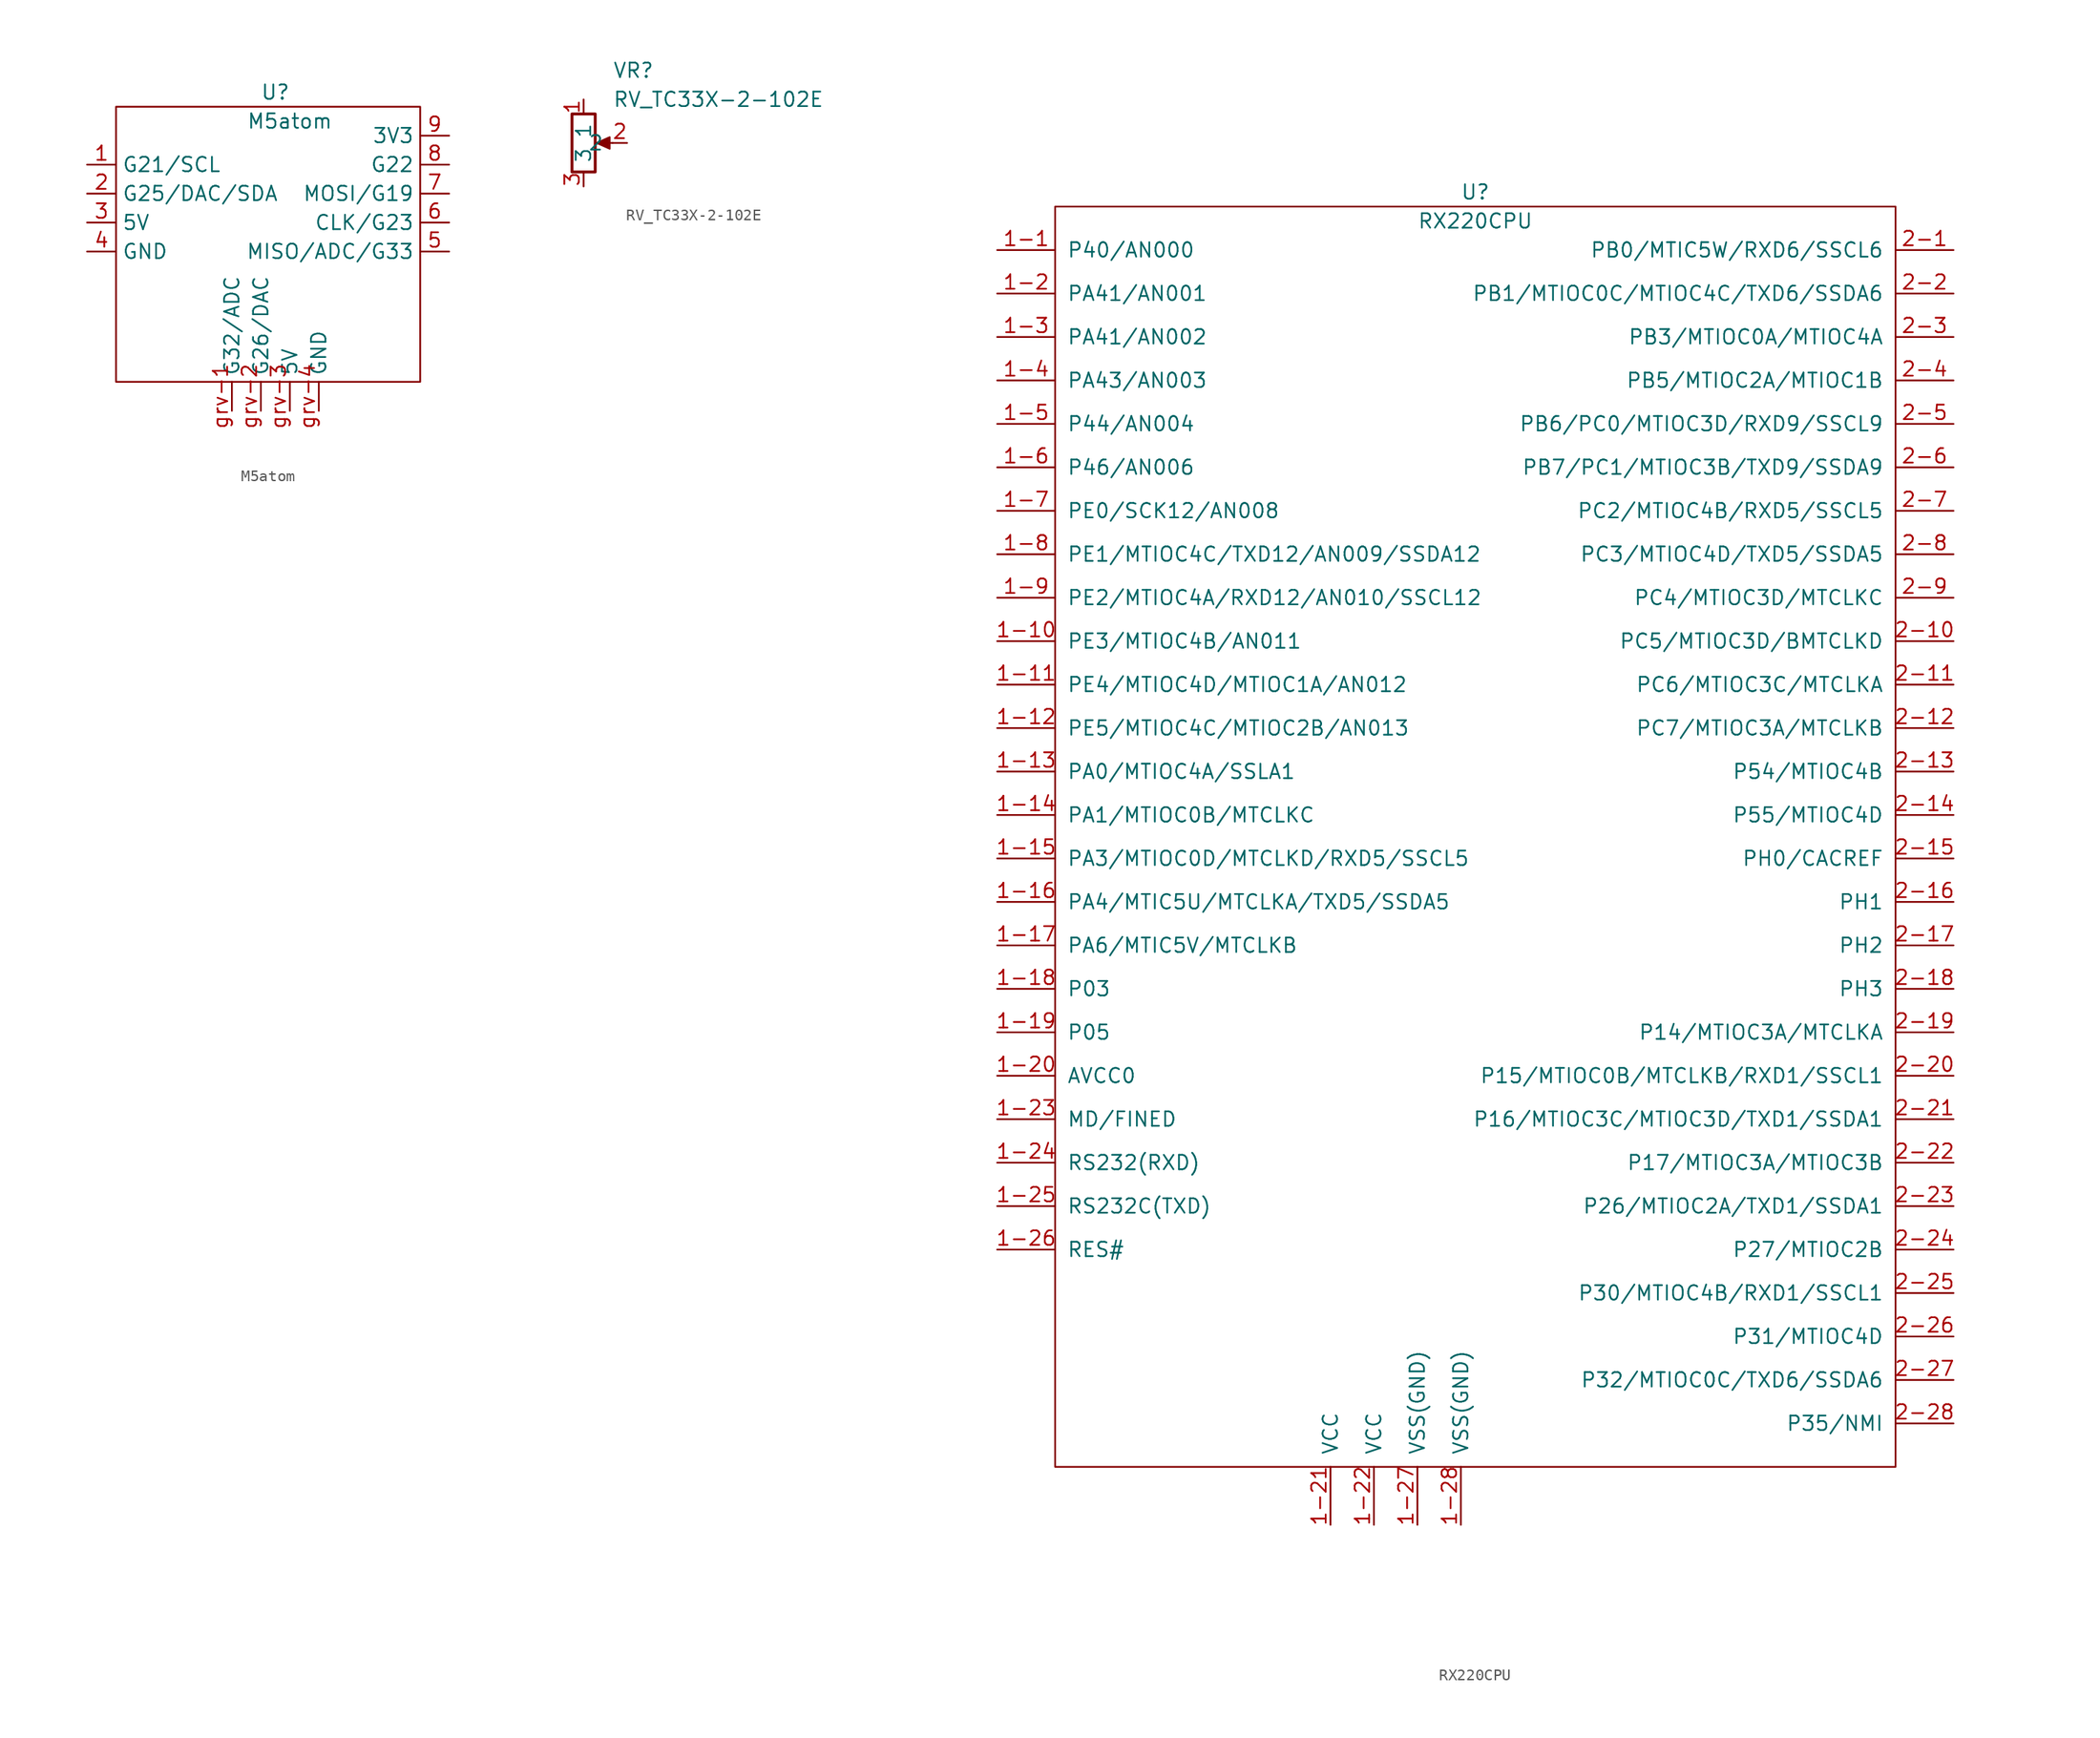
<source format=kicad_sym>
(kicad_symbol_lib
  (version 20211014)
  (generator kicad_symbol_editor)
  (symbol "M5atom"
    (property "Reference" "U"
      (at 16.51 6.35 0)
      (effects (font (size 1.27 1.27))))
    (property "Value" "M5atom"
      (at 17.78 3.81 0)
      (effects (font (size 1.27 1.27))))
    (symbol "M5atom_0_1"
      (rectangle (start 2.54 5.08) (end 29.21 -19.05) (stroke (width 0) (type default) (color 0 0 0 0)) (fill (type none))))
    (symbol "M5atom_1_1"
      (pin passive line (at 0 0 0) (length 2.54) (name "G21/SCL" (effects (font (size 1.27 1.27)))) (number "1" (effects (font (size 1.27 1.27)))))
      (pin passive line (at 0 -2.54 0) (length 2.54) (name "G25/DAC/SDA" (effects (font (size 1.27 1.27)))) (number "2" (effects (font (size 1.27 1.27)))))
      (pin power_in line (at 0 -5.08 0) (length 2.54) (name "5V" (effects (font (size 1.27 1.27)))) (number "3" (effects (font (size 1.27 1.27)))))
      (pin power_in line (at 0 -7.62 0) (length 2.54) (name "GND" (effects (font (size 1.27 1.27)))) (number "4" (effects (font (size 1.27 1.27)))))
      (pin passive line (at 31.75 -7.62 180) (length 2.54) (name "MISO/ADC/G33" (effects (font (size 1.27 1.27)))) (number "5" (effects (font (size 1.27 1.27)))))
      (pin passive line (at 31.75 -5.08 180) (length 2.54) (name "CLK/G23" (effects (font (size 1.27 1.27)))) (number "6" (effects (font (size 1.27 1.27)))))
      (pin passive line (at 31.75 -2.54 180) (length 2.54) (name "MOSI/G19" (effects (font (size 1.27 1.27)))) (number "7" (effects (font (size 1.27 1.27)))))
      (pin passive line (at 31.75 0 180) (length 2.54) (name "G22" (effects (font (size 1.27 1.27)))) (number "8" (effects (font (size 1.27 1.27)))))
      (pin output line (at 31.75 2.54 180) (length 2.54) (name "3V3" (effects (font (size 1.27 1.27)))) (number "9" (effects (font (size 1.27 1.27)))))
      (pin passive line (at 12.7 -21.59 90) (length 2.54) (name "G32/ADC" (effects (font (size 1.27 1.27)))) (number "grv-1" (effects (font (size 1.27 1.27)))))
      (pin passive line (at 15.24 -21.59 90) (length 2.54) (name "G26/DAC" (effects (font (size 1.27 1.27)))) (number "grv-2" (effects (font (size 1.27 1.27)))))
      (pin power_in line (at 17.78 -21.59 90) (length 2.54) (name "5V" (effects (font (size 1.27 1.27)))) (number "grv-3" (effects (font (size 1.27 1.27)))))
      (pin power_in line (at 20.32 -21.59 90) (length 2.54) (name "GND" (effects (font (size 1.27 1.27)))) (number "grv-4" (effects (font (size 1.27 1.27)))))))
  (symbol "RV_TC33X-2-102E"
    (pin_names
      (offset 0.762))
    (property "Reference" "VR"
      (at 2.54 6.35 0)
      (effects (font (size 1.27 1.27)) (justify left)))
    (property "Value" "RV_TC33X-2-102E"
      (at 2.54 3.81 0)
      (effects (font (size 1.27 1.27)) (justify left)))
    (symbol "RV_TC33X-2-102E_0_1"
      (polyline (pts (xy 2.54 0) (xy 1.524 0)) (stroke (width 0) (type default) (color 0 0 0 0)) (fill (type none)))
      (polyline (pts (xy 1.143 0) (xy 2.286 0.508) (xy 2.286 -0.508) (xy 1.143 0)) (stroke (width 0) (type default) (color 0 0 0 0)) (fill (type outline)))
      (rectangle (start 1.016 2.54) (end -1.016 -2.54) (stroke (width 0.254) (type default) (color 0 0 0 0)) (fill (type none))))
    (symbol "RV_TC33X-2-102E_1_1"
      (pin passive line (at 0 3.81 270) (length 1.27) (name "1" (effects (font (size 1.27 1.27)))) (number "1" (effects (font (size 1.27 1.27)))))
      (pin passive line (at 3.81 0 180) (length 1.27) (name "2" (effects (font (size 1.27 1.27)))) (number "2" (effects (font (size 1.27 1.27)))))
      (pin passive line (at 0 -3.81 90) (length 1.27) (name "3" (effects (font (size 1.27 1.27)))) (number "3" (effects (font (size 1.27 1.27)))))))
  (symbol "RX220CPU"
    (pin_names
      (offset 1.016))
    (property "Reference" "U"
      (at 41.91 5.08 0)
      (effects (font (size 1.27 1.27))))
    (property "Value" "RX220CPU"
      (at 41.91 2.54 0)
      (effects (font (size 1.27 1.27))))
    (symbol "RX220CPU_0_1"
      (rectangle (start 5.08 3.81) (end 78.74 -106.68) (stroke (width 0) (type default) (color 0 0 0 0)) (fill (type none))))
    (symbol "RX220CPU_1_1"
      (pin passive line (at 0 0 0) (length 5.08) (name "P40/AN000" (effects (font (size 1.27 1.27)))) (number "1-1" (effects (font (size 1.27 1.27)))))
      (pin passive line (at 0 -34.29 0) (length 5.08) (name "PE3/MTIOC4B/AN011" (effects (font (size 1.27 1.27)))) (number "1-10" (effects (font (size 1.27 1.27)))))
      (pin passive line (at 0 -38.1 0) (length 5.08) (name "PE4/MTIOC4D/MTIOC1A/AN012" (effects (font (size 1.27 1.27)))) (number "1-11" (effects (font (size 1.27 1.27)))))
      (pin passive line (at 0 -41.91 0) (length 5.08) (name "PE5/MTIOC4C/MTIOC2B/AN013" (effects (font (size 1.27 1.27)))) (number "1-12" (effects (font (size 1.27 1.27)))))
      (pin passive line (at 0 -45.72 0) (length 5.08) (name "PA0/MTIOC4A/SSLA1" (effects (font (size 1.27 1.27)))) (number "1-13" (effects (font (size 1.27 1.27)))))
      (pin passive line (at 0 -49.53 0) (length 5.08) (name "PA1/MTIOC0B/MTCLKC" (effects (font (size 1.27 1.27)))) (number "1-14" (effects (font (size 1.27 1.27)))))
      (pin passive line (at 0 -53.34 0) (length 5.08) (name "PA3/MTIOC0D/MTCLKD/RXD5/SSCL5" (effects (font (size 1.27 1.27)))) (number "1-15" (effects (font (size 1.27 1.27)))))
      (pin passive line (at 0 -57.15 0) (length 5.08) (name "PA4/MTIC5U/MTCLKA/TXD5/SSDA5" (effects (font (size 1.27 1.27)))) (number "1-16" (effects (font (size 1.27 1.27)))))
      (pin passive line (at 0 -60.96 0) (length 5.08) (name "PA6/MTIC5V/MTCLKB" (effects (font (size 1.27 1.27)))) (number "1-17" (effects (font (size 1.27 1.27)))))
      (pin passive line (at 0 -64.77 0) (length 5.08) (name "P03" (effects (font (size 1.27 1.27)))) (number "1-18" (effects (font (size 1.27 1.27)))))
      (pin passive line (at 0 -68.58 0) (length 5.08) (name "P05" (effects (font (size 1.27 1.27)))) (number "1-19" (effects (font (size 1.27 1.27)))))
      (pin passive line (at 0 -3.81 0) (length 5.08) (name "PA41/AN001" (effects (font (size 1.27 1.27)))) (number "1-2" (effects (font (size 1.27 1.27)))))
      (pin passive line (at 0 -72.39 0) (length 5.08) (name "AVCC0" (effects (font (size 1.27 1.27)))) (number "1-20" (effects (font (size 1.27 1.27)))))
      (pin power_in line (at 29.21 -111.76 90) (length 5.08) (name "VCC" (effects (font (size 1.27 1.27)))) (number "1-21" (effects (font (size 1.27 1.27)))))
      (pin power_in line (at 33.02 -111.76 90) (length 5.08) (name "VCC" (effects (font (size 1.27 1.27)))) (number "1-22" (effects (font (size 1.27 1.27)))))
      (pin passive line (at 0 -76.2 0) (length 5.08) (name "MD/FINED" (effects (font (size 1.27 1.27)))) (number "1-23" (effects (font (size 1.27 1.27)))))
      (pin passive line (at 0 -80.01 0) (length 5.08) (name "RS232(RXD)" (effects (font (size 1.27 1.27)))) (number "1-24" (effects (font (size 1.27 1.27)))))
      (pin passive line (at 0 -83.82 0) (length 5.08) (name "RS232C(TXD)" (effects (font (size 1.27 1.27)))) (number "1-25" (effects (font (size 1.27 1.27)))))
      (pin passive line (at 0 -87.63 0) (length 5.08) (name "RES#" (effects (font (size 1.27 1.27)))) (number "1-26" (effects (font (size 1.27 1.27)))))
      (pin power_in line (at 36.83 -111.76 90) (length 5.08) (name "VSS(GND)" (effects (font (size 1.27 1.27)))) (number "1-27" (effects (font (size 1.27 1.27)))))
      (pin power_in line (at 40.64 -111.76 90) (length 5.08) (name "VSS(GND)" (effects (font (size 1.27 1.27)))) (number "1-28" (effects (font (size 1.27 1.27)))))
      (pin passive line (at 0 -7.62 0) (length 5.08) (name "PA41/AN002" (effects (font (size 1.27 1.27)))) (number "1-3" (effects (font (size 1.27 1.27)))))
      (pin passive line (at 0 -11.43 0) (length 5.08) (name "PA43/AN003" (effects (font (size 1.27 1.27)))) (number "1-4" (effects (font (size 1.27 1.27)))))
      (pin passive line (at 0 -15.24 0) (length 5.08) (name "P44/AN004" (effects (font (size 1.27 1.27)))) (number "1-5" (effects (font (size 1.27 1.27)))))
      (pin passive line (at 0 -19.05 0) (length 5.08) (name "P46/AN006" (effects (font (size 1.27 1.27)))) (number "1-6" (effects (font (size 1.27 1.27)))))
      (pin passive line (at 0 -22.86 0) (length 5.08) (name "PE0/SCK12/AN008" (effects (font (size 1.27 1.27)))) (number "1-7" (effects (font (size 1.27 1.27)))))
      (pin passive line (at 0 -26.67 0) (length 5.08) (name "PE1/MTIOC4C/TXD12/AN009/SSDA12" (effects (font (size 1.27 1.27)))) (number "1-8" (effects (font (size 1.27 1.27)))))
      (pin passive line (at 0 -30.48 0) (length 5.08) (name "PE2/MTIOC4A/RXD12/AN010/SSCL12" (effects (font (size 1.27 1.27)))) (number "1-9" (effects (font (size 1.27 1.27)))))
      (pin passive line (at 83.82 0 180) (length 5.08) (name "PB0/MTIC5W/RXD6/SSCL6" (effects (font (size 1.27 1.27)))) (number "2-1" (effects (font (size 1.27 1.27)))))
      (pin passive line (at 83.82 -34.29 180) (length 5.08) (name "PC5/MTIOC3D/BMTCLKD" (effects (font (size 1.27 1.27)))) (number "2-10" (effects (font (size 1.27 1.27)))))
      (pin passive line (at 83.82 -38.1 180) (length 5.08) (name "PC6/MTIOC3C/MTCLKA" (effects (font (size 1.27 1.27)))) (number "2-11" (effects (font (size 1.27 1.27)))))
      (pin passive line (at 83.82 -41.91 180) (length 5.08) (name "PC7/MTIOC3A/MTCLKB" (effects (font (size 1.27 1.27)))) (number "2-12" (effects (font (size 1.27 1.27)))))
      (pin passive line (at 83.82 -45.72 180) (length 5.08) (name "P54/MTIOC4B" (effects (font (size 1.27 1.27)))) (number "2-13" (effects (font (size 1.27 1.27)))))
      (pin passive line (at 83.82 -49.53 180) (length 5.08) (name "P55/MTIOC4D" (effects (font (size 1.27 1.27)))) (number "2-14" (effects (font (size 1.27 1.27)))))
      (pin passive line (at 83.82 -53.34 180) (length 5.08) (name "PH0/CACREF" (effects (font (size 1.27 1.27)))) (number "2-15" (effects (font (size 1.27 1.27)))))
      (pin passive line (at 83.82 -57.15 180) (length 5.08) (name "PH1" (effects (font (size 1.27 1.27)))) (number "2-16" (effects (font (size 1.27 1.27)))))
      (pin passive line (at 83.82 -60.96 180) (length 5.08) (name "PH2" (effects (font (size 1.27 1.27)))) (number "2-17" (effects (font (size 1.27 1.27)))))
      (pin passive line (at 83.82 -64.77 180) (length 5.08) (name "PH3" (effects (font (size 1.27 1.27)))) (number "2-18" (effects (font (size 1.27 1.27)))))
      (pin passive line (at 83.82 -68.58 180) (length 5.08) (name "P14/MTIOC3A/MTCLKA" (effects (font (size 1.27 1.27)))) (number "2-19" (effects (font (size 1.27 1.27)))))
      (pin passive line (at 83.82 -3.81 180) (length 5.08) (name "PB1/MTIOC0C/MTIOC4C/TXD6/SSDA6" (effects (font (size 1.27 1.27)))) (number "2-2" (effects (font (size 1.27 1.27)))))
      (pin passive line (at 83.82 -72.39 180) (length 5.08) (name "P15/MTIOC0B/MTCLKB/RXD1/SSCL1" (effects (font (size 1.27 1.27)))) (number "2-20" (effects (font (size 1.27 1.27)))))
      (pin passive line (at 83.82 -76.2 180) (length 5.08) (name "P16/MTIOC3C/MTIOC3D/TXD1/SSDA1" (effects (font (size 1.27 1.27)))) (number "2-21" (effects (font (size 1.27 1.27)))))
      (pin passive line (at 83.82 -80.01 180) (length 5.08) (name "P17/MTIOC3A/MTIOC3B" (effects (font (size 1.27 1.27)))) (number "2-22" (effects (font (size 1.27 1.27)))))
      (pin passive line (at 83.82 -83.82 180) (length 5.08) (name "P26/MTIOC2A/TXD1/SSDA1" (effects (font (size 1.27 1.27)))) (number "2-23" (effects (font (size 1.27 1.27)))))
      (pin passive line (at 83.82 -87.63 180) (length 5.08) (name "P27/MTIOC2B" (effects (font (size 1.27 1.27)))) (number "2-24" (effects (font (size 1.27 1.27)))))
      (pin passive line (at 83.82 -91.44 180) (length 5.08) (name "P30/MTIOC4B/RXD1/SSCL1" (effects (font (size 1.27 1.27)))) (number "2-25" (effects (font (size 1.27 1.27)))))
      (pin passive line (at 83.82 -95.25 180) (length 5.08) (name "P31/MTIOC4D" (effects (font (size 1.27 1.27)))) (number "2-26" (effects (font (size 1.27 1.27)))))
      (pin passive line (at 83.82 -99.06 180) (length 5.08) (name "P32/MTIOC0C/TXD6/SSDA6" (effects (font (size 1.27 1.27)))) (number "2-27" (effects (font (size 1.27 1.27)))))
      (pin passive line (at 83.82 -102.87 180) (length 5.08) (name "P35/NMI" (effects (font (size 1.27 1.27)))) (number "2-28" (effects (font (size 1.27 1.27)))))
      (pin passive line (at 83.82 -7.62 180) (length 5.08) (name "PB3/MTIOC0A/MTIOC4A" (effects (font (size 1.27 1.27)))) (number "2-3" (effects (font (size 1.27 1.27)))))
      (pin passive line (at 83.82 -11.43 180) (length 5.08) (name "PB5/MTIOC2A/MTIOC1B" (effects (font (size 1.27 1.27)))) (number "2-4" (effects (font (size 1.27 1.27)))))
      (pin passive line (at 83.82 -15.24 180) (length 5.08) (name "PB6/PC0/MTIOC3D/RXD9/SSCL9" (effects (font (size 1.27 1.27)))) (number "2-5" (effects (font (size 1.27 1.27)))))
      (pin passive line (at 83.82 -19.05 180) (length 5.08) (name "PB7/PC1/MTIOC3B/TXD9/SSDA9" (effects (font (size 1.27 1.27)))) (number "2-6" (effects (font (size 1.27 1.27)))))
      (pin passive line (at 83.82 -22.86 180) (length 5.08) (name "PC2/MTIOC4B/RXD5/SSCL5" (effects (font (size 1.27 1.27)))) (number "2-7" (effects (font (size 1.27 1.27)))))
      (pin passive line (at 83.82 -26.67 180) (length 5.08) (name "PC3/MTIOC4D/TXD5/SSDA5" (effects (font (size 1.27 1.27)))) (number "2-8" (effects (font (size 1.27 1.27)))))
      (pin passive line (at 83.82 -30.48 180) (length 5.08) (name "PC4/MTIOC3D/MTCLKC" (effects (font (size 1.27 1.27)))) (number "2-9" (effects (font (size 1.27 1.27))))))))
</source>
